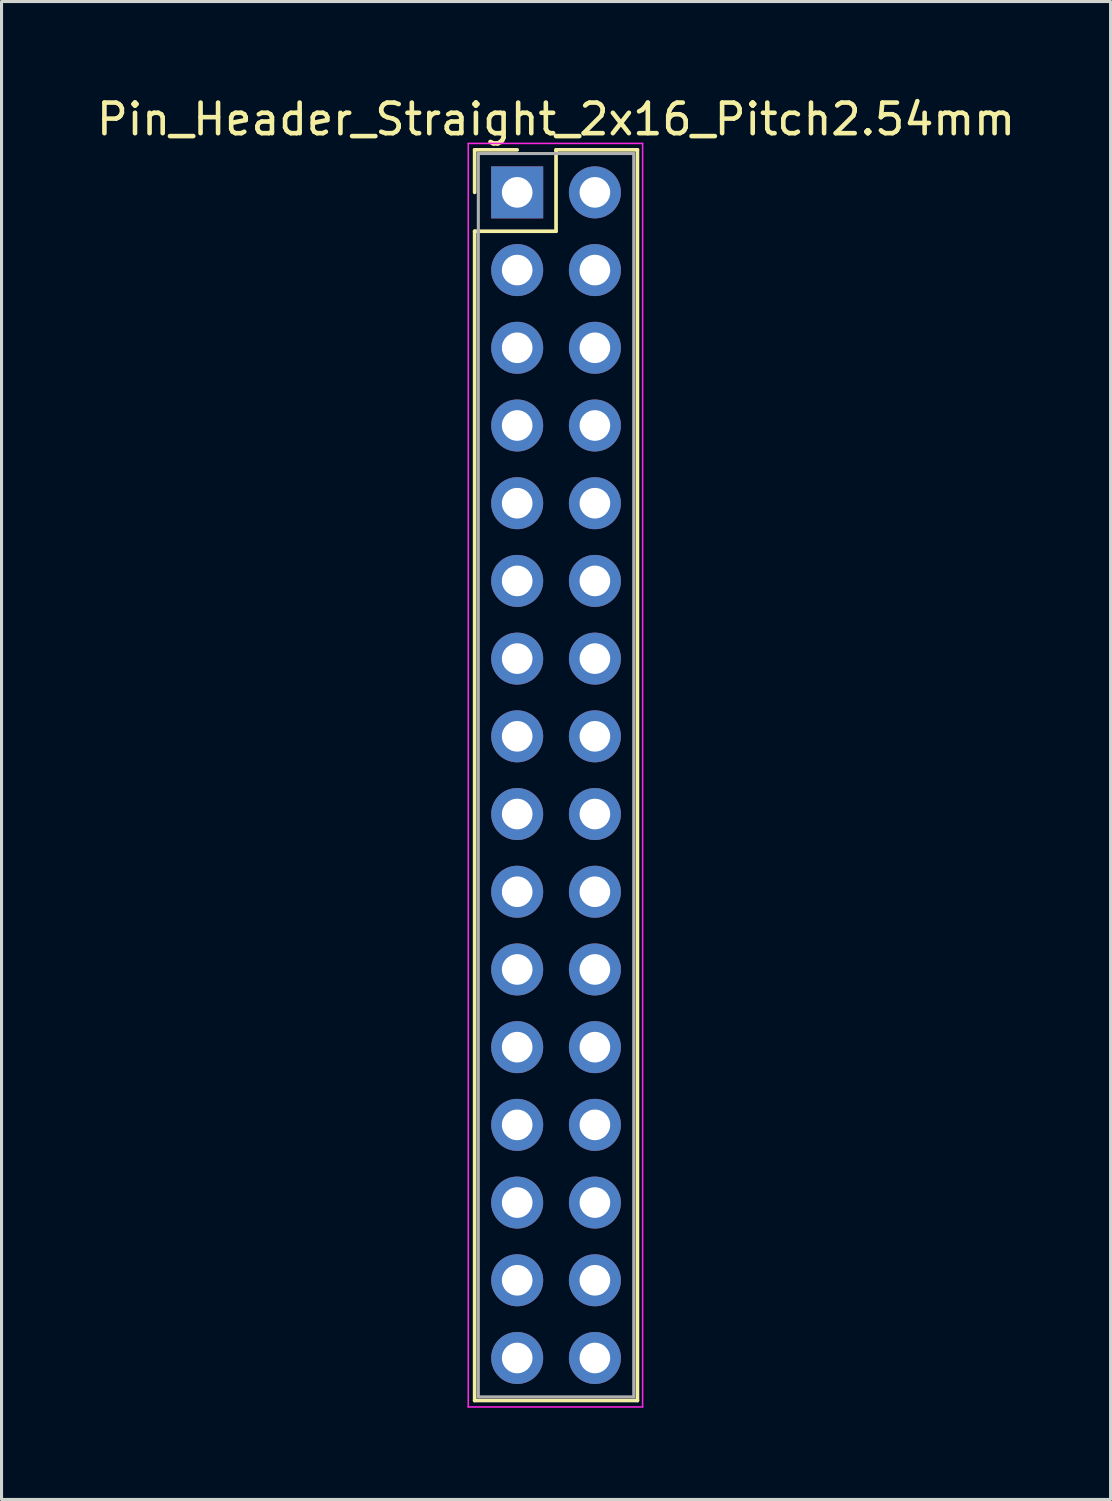
<source format=kicad_pcb>
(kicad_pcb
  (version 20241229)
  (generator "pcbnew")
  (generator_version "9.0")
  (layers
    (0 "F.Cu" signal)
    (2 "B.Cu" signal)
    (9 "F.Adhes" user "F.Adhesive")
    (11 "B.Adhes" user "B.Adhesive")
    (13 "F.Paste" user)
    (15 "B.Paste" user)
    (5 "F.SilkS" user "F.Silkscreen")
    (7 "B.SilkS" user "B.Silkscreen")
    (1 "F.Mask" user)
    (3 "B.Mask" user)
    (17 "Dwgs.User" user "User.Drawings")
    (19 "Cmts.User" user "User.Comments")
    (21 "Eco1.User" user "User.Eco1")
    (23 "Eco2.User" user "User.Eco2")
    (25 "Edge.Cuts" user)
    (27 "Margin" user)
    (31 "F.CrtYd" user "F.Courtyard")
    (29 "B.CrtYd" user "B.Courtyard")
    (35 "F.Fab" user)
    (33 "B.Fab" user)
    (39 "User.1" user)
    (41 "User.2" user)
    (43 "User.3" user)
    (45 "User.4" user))
  (footprint "Pin_Header_Straight_2x16_Pitch2.54mm"
    (layer "F.Cu")
    (at 13.855 3.238)
    (property "Reference" "Pin_Header_Straight_2x16_Pitch2.54mm" (at 1.27 -2.39 0) (layer "F.SilkS") (effects (font (size 1 1) (thickness 0.15))))
    (attr through_hole)
    (fp_line (start -1.39 -1.39) (end 0 -1.39) (stroke (width 0.12) (type solid)) (layer "F.SilkS"))
    (fp_line (start -1.39 0) (end -1.39 -1.39) (stroke (width 0.12) (type solid)) (layer "F.SilkS"))
    (fp_line (start -1.39 1.27) (end -1.39 39.49) (stroke (width 0.12) (type solid)) (layer "F.SilkS"))
    (fp_line (start -1.39 39.49) (end 3.93 39.49) (stroke (width 0.12) (type solid)) (layer "F.SilkS"))
    (fp_line (start 1.27 -1.39) (end 1.27 1.27) (stroke (width 0.12) (type solid)) (layer "F.SilkS"))
    (fp_line (start 1.27 1.27) (end -1.39 1.27) (stroke (width 0.12) (type solid)) (layer "F.SilkS"))
    (fp_line (start 3.93 -1.39) (end 1.27 -1.39) (stroke (width 0.12) (type solid)) (layer "F.SilkS"))
    (fp_line (start 3.93 39.49) (end 3.93 -1.39) (stroke (width 0.12) (type solid)) (layer "F.SilkS"))
    (fp_line (start -1.6 -1.6) (end -1.6 39.7) (stroke (width 0.05) (type solid)) (layer "F.CrtYd"))
    (fp_line (start -1.6 39.7) (end 4.1 39.7) (stroke (width 0.05) (type solid)) (layer "F.CrtYd"))
    (fp_line (start 4.1 -1.6) (end -1.6 -1.6) (stroke (width 0.05) (type solid)) (layer "F.CrtYd"))
    (fp_line (start 4.1 39.7) (end 4.1 -1.6) (stroke (width 0.05) (type solid)) (layer "F.CrtYd"))
    (fp_line (start -1.27 -1.27) (end -1.27 39.37) (stroke (width 0.1) (type solid)) (layer "F.Fab"))
    (fp_line (start -1.27 39.37) (end 3.81 39.37) (stroke (width 0.1) (type solid)) (layer "F.Fab"))
    (fp_line (start 3.81 -1.27) (end -1.27 -1.27) (stroke (width 0.1) (type solid)) (layer "F.Fab"))
    (fp_line (start 3.81 39.37) (end 3.81 -1.27) (stroke (width 0.1) (type solid)) (layer "F.Fab"))
    (pad "1" thru_hole rect (at 0 0) (size 1.7 1.7) (drill 1) (layers "*.Cu" "*.Mask"))
    (pad "2" thru_hole oval (at 2.54 0) (size 1.7 1.7) (drill 1) (layers "*.Cu" "*.Mask"))
    (pad "3" thru_hole oval (at 0 2.54) (size 1.7 1.7) (drill 1) (layers "*.Cu" "*.Mask"))
    (pad "4" thru_hole oval (at 2.54 2.54) (size 1.7 1.7) (drill 1) (layers "*.Cu" "*.Mask"))
    (pad "5" thru_hole oval (at 0 5.08) (size 1.7 1.7) (drill 1) (layers "*.Cu" "*.Mask"))
    (pad "6" thru_hole oval (at 2.54 5.08) (size 1.7 1.7) (drill 1) (layers "*.Cu" "*.Mask"))
    (pad "7" thru_hole oval (at 0 7.62) (size 1.7 1.7) (drill 1) (layers "*.Cu" "*.Mask"))
    (pad "8" thru_hole oval (at 2.54 7.62) (size 1.7 1.7) (drill 1) (layers "*.Cu" "*.Mask"))
    (pad "9" thru_hole oval (at 0 10.16) (size 1.7 1.7) (drill 1) (layers "*.Cu" "*.Mask"))
    (pad "10" thru_hole oval (at 2.54 10.16) (size 1.7 1.7) (drill 1) (layers "*.Cu" "*.Mask"))
    (pad "11" thru_hole oval (at 0 12.7) (size 1.7 1.7) (drill 1) (layers "*.Cu" "*.Mask"))
    (pad "12" thru_hole oval (at 2.54 12.7) (size 1.7 1.7) (drill 1) (layers "*.Cu" "*.Mask"))
    (pad "13" thru_hole oval (at 0 15.24) (size 1.7 1.7) (drill 1) (layers "*.Cu" "*.Mask"))
    (pad "14" thru_hole oval (at 2.54 15.24) (size 1.7 1.7) (drill 1) (layers "*.Cu" "*.Mask"))
    (pad "15" thru_hole oval (at 0 17.78) (size 1.7 1.7) (drill 1) (layers "*.Cu" "*.Mask"))
    (pad "16" thru_hole oval (at 2.54 17.78) (size 1.7 1.7) (drill 1) (layers "*.Cu" "*.Mask"))
    (pad "17" thru_hole oval (at 0 20.32) (size 1.7 1.7) (drill 1) (layers "*.Cu" "*.Mask"))
    (pad "18" thru_hole oval (at 2.54 20.32) (size 1.7 1.7) (drill 1) (layers "*.Cu" "*.Mask"))
    (pad "19" thru_hole oval (at 0 22.86) (size 1.7 1.7) (drill 1) (layers "*.Cu" "*.Mask"))
    (pad "20" thru_hole oval (at 2.54 22.86) (size 1.7 1.7) (drill 1) (layers "*.Cu" "*.Mask"))
    (pad "21" thru_hole oval (at 0 25.4) (size 1.7 1.7) (drill 1) (layers "*.Cu" "*.Mask"))
    (pad "22" thru_hole oval (at 2.54 25.4) (size 1.7 1.7) (drill 1) (layers "*.Cu" "*.Mask"))
    (pad "23" thru_hole oval (at 0 27.94) (size 1.7 1.7) (drill 1) (layers "*.Cu" "*.Mask"))
    (pad "24" thru_hole oval (at 2.54 27.94) (size 1.7 1.7) (drill 1) (layers "*.Cu" "*.Mask"))
    (pad "25" thru_hole oval (at 0 30.48) (size 1.7 1.7) (drill 1) (layers "*.Cu" "*.Mask"))
    (pad "26" thru_hole oval (at 2.54 30.48) (size 1.7 1.7) (drill 1) (layers "*.Cu" "*.Mask"))
    (pad "27" thru_hole oval (at 0 33.02) (size 1.7 1.7) (drill 1) (layers "*.Cu" "*.Mask"))
    (pad "28" thru_hole oval (at 2.54 33.02) (size 1.7 1.7) (drill 1) (layers "*.Cu" "*.Mask"))
    (pad "29" thru_hole oval (at 0 35.56) (size 1.7 1.7) (drill 1) (layers "*.Cu" "*.Mask"))
    (pad "30" thru_hole oval (at 2.54 35.56) (size 1.7 1.7) (drill 1) (layers "*.Cu" "*.Mask"))
    (pad "31" thru_hole oval (at 0 38.1) (size 1.7 1.7) (drill 1) (layers "*.Cu" "*.Mask"))
    (pad "32" thru_hole oval (at 2.54 38.1) (size 1.7 1.7) (drill 1) (layers "*.Cu" "*.Mask")))
  (gr_rect
    (start -3 -3)
    (end 33.25 45.963)
    (stroke (width 0.1) (type default))
    (fill no)
    (layer "Edge.Cuts")))
</source>
